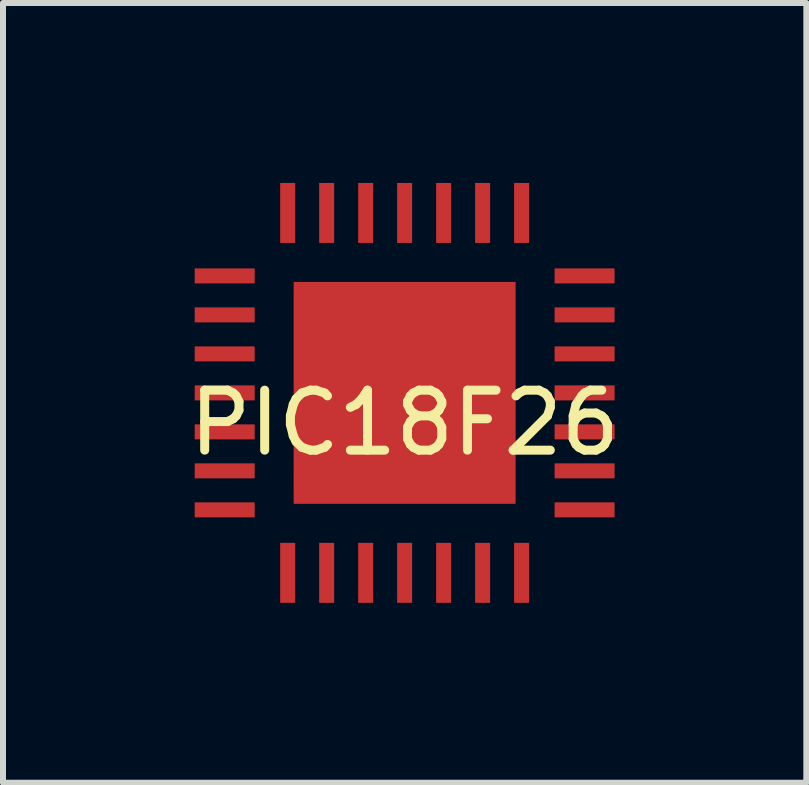
<source format=kicad_pcb>
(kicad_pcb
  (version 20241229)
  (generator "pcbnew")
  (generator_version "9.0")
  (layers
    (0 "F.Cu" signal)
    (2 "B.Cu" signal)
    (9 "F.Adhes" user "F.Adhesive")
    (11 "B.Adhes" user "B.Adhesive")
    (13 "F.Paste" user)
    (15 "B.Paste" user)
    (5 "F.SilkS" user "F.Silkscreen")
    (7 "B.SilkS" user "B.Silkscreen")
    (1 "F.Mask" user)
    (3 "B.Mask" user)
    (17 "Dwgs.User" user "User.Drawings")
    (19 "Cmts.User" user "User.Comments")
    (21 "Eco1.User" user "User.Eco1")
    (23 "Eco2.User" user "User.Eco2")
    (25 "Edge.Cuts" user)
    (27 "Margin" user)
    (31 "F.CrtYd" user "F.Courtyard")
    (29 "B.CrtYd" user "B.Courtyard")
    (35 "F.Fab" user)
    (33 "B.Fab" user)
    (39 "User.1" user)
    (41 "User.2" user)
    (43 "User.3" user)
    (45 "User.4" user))
  (footprint "PIC18F26"
    (layer "F.Cu")
    (at 3.696 3.5)
    (property "Reference" "PIC18F26" (at 0 0.5 0) (layer "F.SilkS") (effects (font (size 1 1) (thickness 0.15))))
    (attr through_hole)
    (pad "1" smd rect (at -3 -1.95) (size 1 0.25) (layers "F.Cu" "F.Mask" "F.Paste"))
    (pad "2" smd rect (at -3 -1.3) (size 1 0.25) (layers "F.Cu" "F.Mask" "F.Paste"))
    (pad "3" smd rect (at -3 -0.65) (size 1 0.25) (layers "F.Cu" "F.Mask" "F.Paste"))
    (pad "4" smd rect (at -3 0) (size 1 0.25) (layers "F.Cu" "F.Mask" "F.Paste"))
    (pad "5" smd rect (at -3 0.65) (size 1 0.25) (layers "F.Cu" "F.Mask" "F.Paste"))
    (pad "6" smd rect (at -3 1.3) (size 1 0.25) (layers "F.Cu" "F.Mask" "F.Paste"))
    (pad "7" smd rect (at -3 1.95) (size 1 0.25) (layers "F.Cu" "F.Mask" "F.Paste"))
    (pad "8" smd rect (at -1.95 3) (size 0.25 1) (layers "F.Cu" "F.Mask" "F.Paste"))
    (pad "9" smd rect (at -1.3 3) (size 0.25 1) (layers "F.Cu" "F.Mask" "F.Paste"))
    (pad "10" smd rect (at -0.65 3) (size 0.25 1) (layers "F.Cu" "F.Mask" "F.Paste"))
    (pad "11" smd rect (at 0 3) (size 0.25 1) (layers "F.Cu" "F.Mask" "F.Paste"))
    (pad "12" smd rect (at 0.65 3) (size 0.25 1) (layers "F.Cu" "F.Mask" "F.Paste"))
    (pad "13" smd rect (at 1.3 3) (size 0.25 1) (layers "F.Cu" "F.Mask" "F.Paste"))
    (pad "14" smd rect (at 1.95 3) (size 0.25 1) (layers "F.Cu" "F.Mask" "F.Paste"))
    (pad "15" smd rect (at 3 1.95) (size 1 0.25) (layers "F.Cu" "F.Mask" "F.Paste"))
    (pad "16" smd rect (at 3 1.3) (size 1 0.25) (layers "F.Cu" "F.Mask" "F.Paste"))
    (pad "17" smd rect (at 3 0.65) (size 1 0.25) (layers "F.Cu" "F.Mask" "F.Paste"))
    (pad "18" smd rect (at 3 0) (size 1 0.25) (layers "F.Cu" "F.Mask" "F.Paste"))
    (pad "19" smd rect (at 3 -0.65) (size 1 0.25) (layers "F.Cu" "F.Mask" "F.Paste"))
    (pad "20" smd rect (at 3 -1.3) (size 1 0.25) (layers "F.Cu" "F.Mask" "F.Paste"))
    (pad "21" smd rect (at 3 -1.95) (size 1 0.25) (layers "F.Cu" "F.Mask" "F.Paste"))
    (pad "22" smd rect (at 1.95 -3) (size 0.25 1) (layers "F.Cu" "F.Mask" "F.Paste"))
    (pad "23" smd rect (at 1.3 -3) (size 0.25 1) (layers "F.Cu" "F.Mask" "F.Paste"))
    (pad "24" smd rect (at 0.65 -3) (size 0.25 1) (layers "F.Cu" "F.Mask" "F.Paste"))
    (pad "25" smd rect (at 0 -3) (size 0.25 1) (layers "F.Cu" "F.Mask" "F.Paste"))
    (pad "26" smd rect (at -0.65 -3) (size 0.25 1) (layers "F.Cu" "F.Mask" "F.Paste"))
    (pad "27" smd rect (at -1.3 -3) (size 0.25 1) (layers "F.Cu" "F.Mask" "F.Paste"))
    (pad "28" smd rect (at -1.95 -3) (size 0.25 1) (layers "F.Cu" "F.Mask" "F.Paste"))
    (pad "29" smd rect (at 0 0) (size 3.7 3.7) (layers "F.Cu" "F.Mask" "F.Paste")))
  (gr_rect
    (start -3 -3)
    (end 10.393 10)
    (stroke (width 0.1) (type default))
    (fill no)
    (layer "Edge.Cuts")))
</source>
